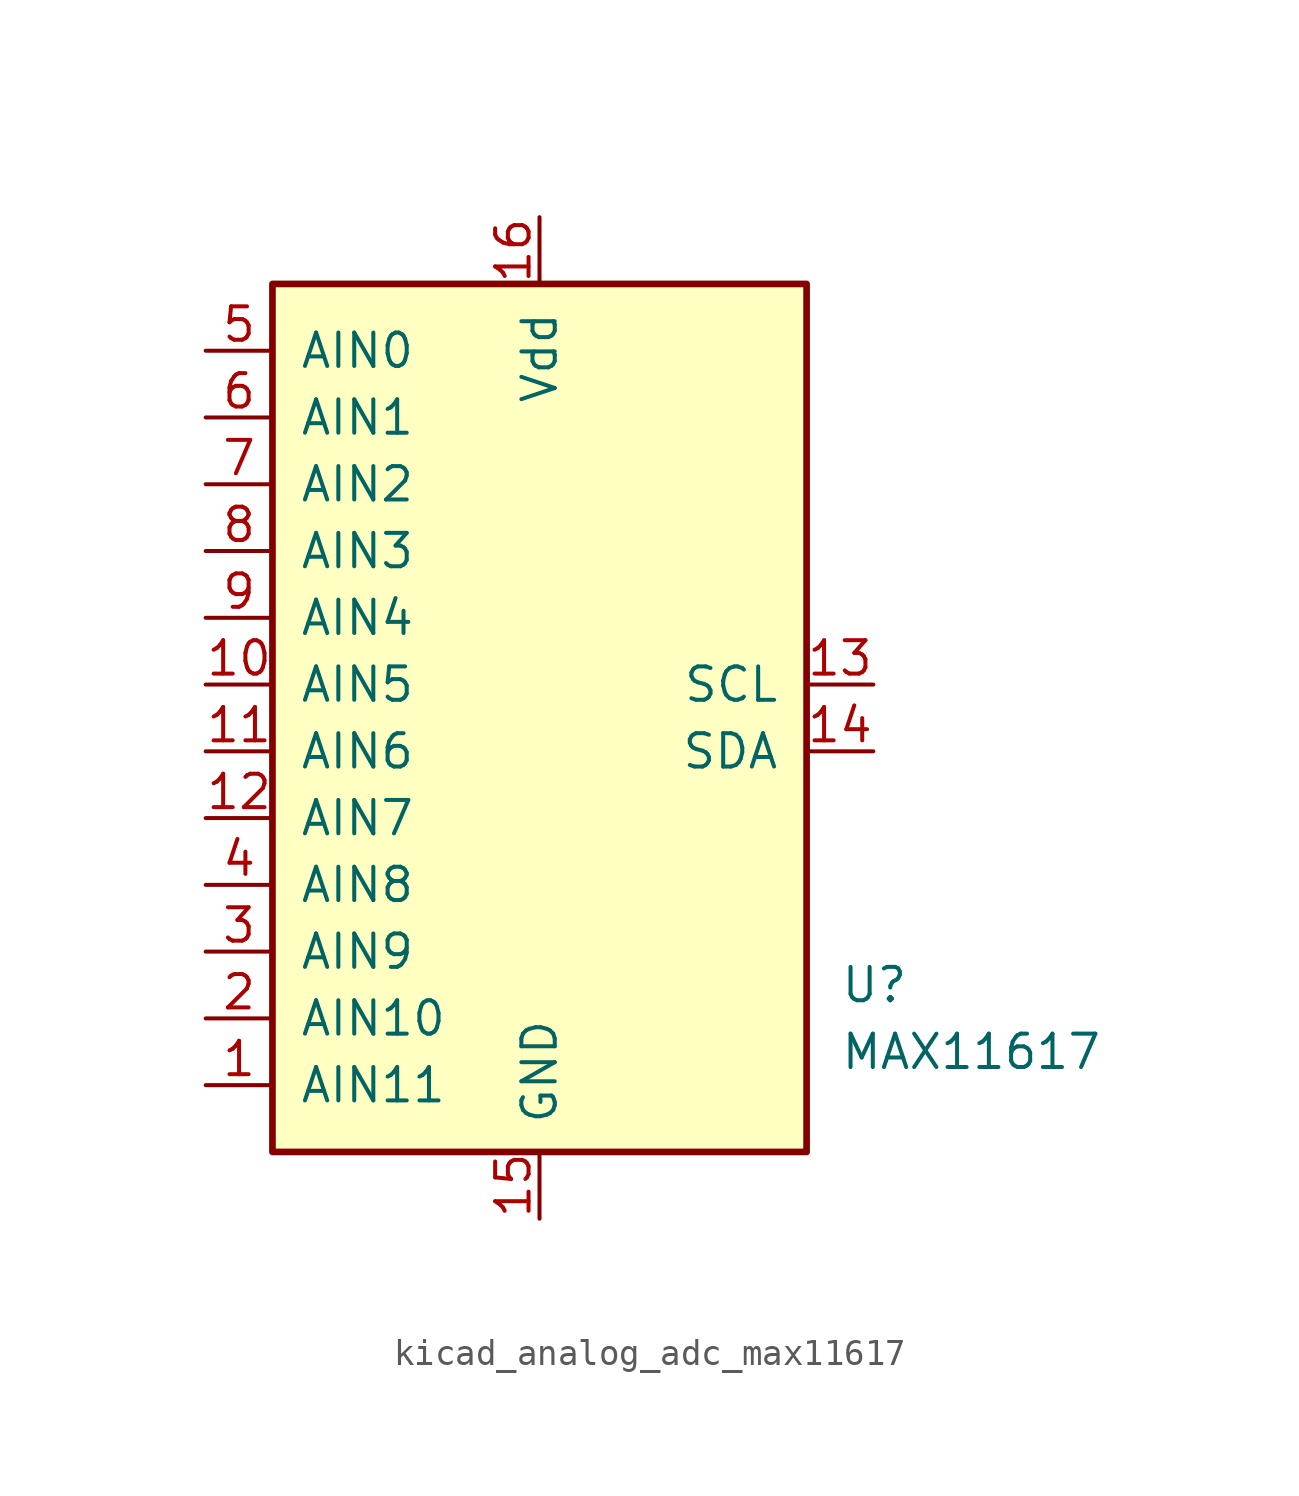
<source format=kicad_sym>
(kicad_symbol_lib
  (version 20220914)
  (generator kicad_symbol_editor)
  (symbol "kicad_analog_adc_max11617"
    (pin_names
      (offset 1.016))
    (property "Reference" "U"
      (at 11.43 -11.43 0)
      (effects (font (size 1.27 1.27)) (justify left)))
    (property "Value" "MAX11617"
      (at 11.43 -13.97 0)
      (effects (font (size 1.27 1.27)) (justify left)))
    (symbol "kicad_analog_adc_max11617_0_1"
      (rectangle (start -10.16 15.24) (end 10.16 -17.78) (stroke (width 0.254) (type default)) (fill (type background))))
    (symbol "kicad_analog_adc_max11617_1_1"
      (pin input line (at -12.7 -15.24 0) (length 2.54) (name "AIN11" (effects (font (size 1.27 1.27)))) (number "1" (effects (font (size 1.27 1.27)))))
      (pin input line (at -12.7 0 0) (length 2.54) (name "AIN5" (effects (font (size 1.27 1.27)))) (number "10" (effects (font (size 1.27 1.27)))))
      (pin input line (at -12.7 -2.54 0) (length 2.54) (name "AIN6" (effects (font (size 1.27 1.27)))) (number "11" (effects (font (size 1.27 1.27)))))
      (pin input line (at -12.7 -5.08 0) (length 2.54) (name "AIN7" (effects (font (size 1.27 1.27)))) (number "12" (effects (font (size 1.27 1.27)))))
      (pin input line (at 12.7 0 180) (length 2.54) (name "SCL" (effects (font (size 1.27 1.27)))) (number "13" (effects (font (size 1.27 1.27)))))
      (pin bidirectional line (at 12.7 -2.54 180) (length 2.54) (name "SDA" (effects (font (size 1.27 1.27)))) (number "14" (effects (font (size 1.27 1.27)))))
      (pin power_in line (at 0 -20.32 90) (length 2.54) (name "GND" (effects (font (size 1.27 1.27)))) (number "15" (effects (font (size 1.27 1.27)))))
      (pin power_in line (at 0 17.78 270) (length 2.54) (name "Vdd" (effects (font (size 1.27 1.27)))) (number "16" (effects (font (size 1.27 1.27)))))
      (pin input line (at -12.7 -12.7 0) (length 2.54) (name "AIN10" (effects (font (size 1.27 1.27)))) (number "2" (effects (font (size 1.27 1.27)))))
      (pin input line (at -12.7 -10.16 0) (length 2.54) (name "AIN9" (effects (font (size 1.27 1.27)))) (number "3" (effects (font (size 1.27 1.27)))))
      (pin input line (at -12.7 -7.62 0) (length 2.54) (name "AIN8" (effects (font (size 1.27 1.27)))) (number "4" (effects (font (size 1.27 1.27)))))
      (pin input line (at -12.7 12.7 0) (length 2.54) (name "AIN0" (effects (font (size 1.27 1.27)))) (number "5" (effects (font (size 1.27 1.27)))))
      (pin input line (at -12.7 10.16 0) (length 2.54) (name "AIN1" (effects (font (size 1.27 1.27)))) (number "6" (effects (font (size 1.27 1.27)))))
      (pin input line (at -12.7 7.62 0) (length 2.54) (name "AIN2" (effects (font (size 1.27 1.27)))) (number "7" (effects (font (size 1.27 1.27)))))
      (pin input line (at -12.7 5.08 0) (length 2.54) (name "AIN3" (effects (font (size 1.27 1.27)))) (number "8" (effects (font (size 1.27 1.27)))))
      (pin input line (at -12.7 2.54 0) (length 2.54) (name "AIN4" (effects (font (size 1.27 1.27)))) (number "9" (effects (font (size 1.27 1.27))))))))
</source>
